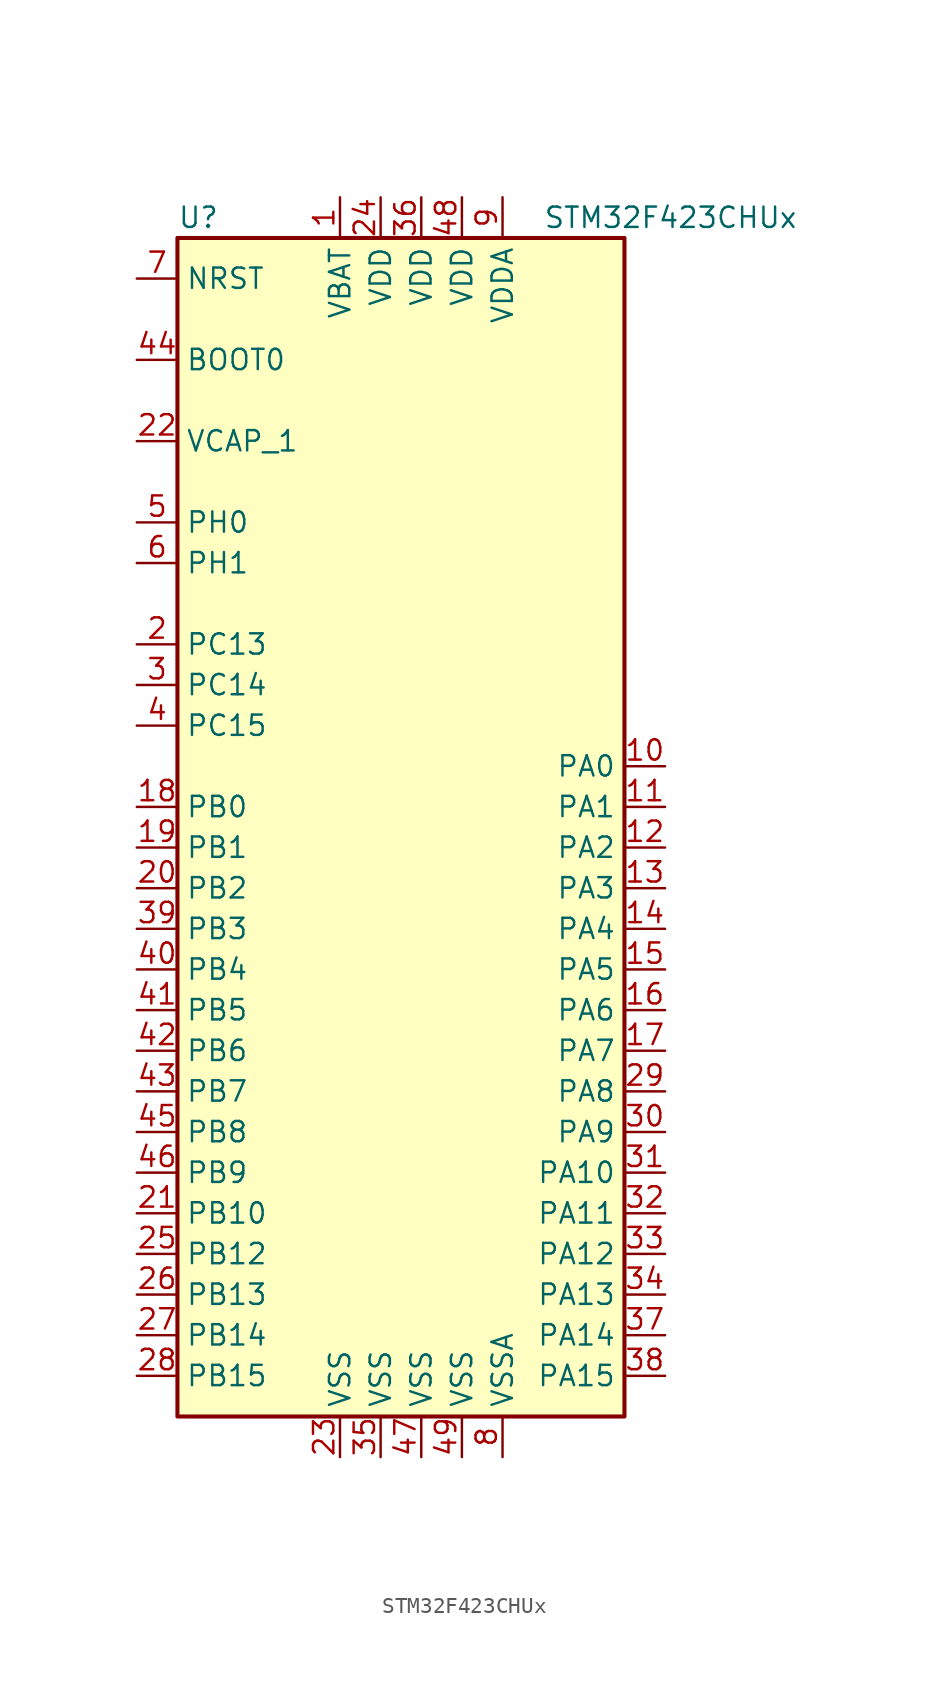
<source format=kicad_sym>
(kicad_symbol_lib
  (version 20211014)
  (generator kicad_symbol_editor)
  (symbol "STM32F423CHUx"
    (property "Reference" "U"
      (at -15.24 36.83 0)
      (effects (font (size 1.27 1.27)) (justify left)))
    (property "Value" "STM32F423CHUx"
      (at 7.62 36.83 0)
      (effects (font (size 1.27 1.27)) (justify left)))
    (symbol "STM32F423CHUx_0_1"
      (rectangle (start -15.24 -38.1) (end 12.7 35.56) (stroke (width 0.254) (type default) (color 0 0 0 0)) (fill (type background))))
    (symbol "STM32F423CHUx_1_1"
      (pin power_in line (at -5.08 38.1 270) (length 2.54) (name "VBAT" (effects (font (size 1.27 1.27)))) (number "1" (effects (font (size 1.27 1.27)))))
      (pin bidirectional line (at 15.24 2.54 180) (length 2.54) (name "PA0" (effects (font (size 1.27 1.27)))) (number "10" (effects (font (size 1.27 1.27)))))
      (pin bidirectional line (at 15.24 0 180) (length 2.54) (name "PA1" (effects (font (size 1.27 1.27)))) (number "11" (effects (font (size 1.27 1.27)))))
      (pin bidirectional line (at 15.24 -2.54 180) (length 2.54) (name "PA2" (effects (font (size 1.27 1.27)))) (number "12" (effects (font (size 1.27 1.27)))))
      (pin bidirectional line (at 15.24 -5.08 180) (length 2.54) (name "PA3" (effects (font (size 1.27 1.27)))) (number "13" (effects (font (size 1.27 1.27)))))
      (pin bidirectional line (at 15.24 -7.62 180) (length 2.54) (name "PA4" (effects (font (size 1.27 1.27)))) (number "14" (effects (font (size 1.27 1.27)))))
      (pin bidirectional line (at 15.24 -10.16 180) (length 2.54) (name "PA5" (effects (font (size 1.27 1.27)))) (number "15" (effects (font (size 1.27 1.27)))))
      (pin bidirectional line (at 15.24 -12.7 180) (length 2.54) (name "PA6" (effects (font (size 1.27 1.27)))) (number "16" (effects (font (size 1.27 1.27)))))
      (pin bidirectional line (at 15.24 -15.24 180) (length 2.54) (name "PA7" (effects (font (size 1.27 1.27)))) (number "17" (effects (font (size 1.27 1.27)))))
      (pin bidirectional line (at -17.78 0 0) (length 2.54) (name "PB0" (effects (font (size 1.27 1.27)))) (number "18" (effects (font (size 1.27 1.27)))))
      (pin bidirectional line (at -17.78 -2.54 0) (length 2.54) (name "PB1" (effects (font (size 1.27 1.27)))) (number "19" (effects (font (size 1.27 1.27)))))
      (pin bidirectional line (at -17.78 10.16 0) (length 2.54) (name "PC13" (effects (font (size 1.27 1.27)))) (number "2" (effects (font (size 1.27 1.27)))))
      (pin bidirectional line (at -17.78 -5.08 0) (length 2.54) (name "PB2" (effects (font (size 1.27 1.27)))) (number "20" (effects (font (size 1.27 1.27)))))
      (pin bidirectional line (at -17.78 -25.4 0) (length 2.54) (name "PB10" (effects (font (size 1.27 1.27)))) (number "21" (effects (font (size 1.27 1.27)))))
      (pin power_in line (at -17.78 22.86 0) (length 2.54) (name "VCAP_1" (effects (font (size 1.27 1.27)))) (number "22" (effects (font (size 1.27 1.27)))))
      (pin power_in line (at -5.08 -40.64 90) (length 2.54) (name "VSS" (effects (font (size 1.27 1.27)))) (number "23" (effects (font (size 1.27 1.27)))))
      (pin power_in line (at -2.54 38.1 270) (length 2.54) (name "VDD" (effects (font (size 1.27 1.27)))) (number "24" (effects (font (size 1.27 1.27)))))
      (pin bidirectional line (at -17.78 -27.94 0) (length 2.54) (name "PB12" (effects (font (size 1.27 1.27)))) (number "25" (effects (font (size 1.27 1.27)))))
      (pin bidirectional line (at -17.78 -30.48 0) (length 2.54) (name "PB13" (effects (font (size 1.27 1.27)))) (number "26" (effects (font (size 1.27 1.27)))))
      (pin bidirectional line (at -17.78 -33.02 0) (length 2.54) (name "PB14" (effects (font (size 1.27 1.27)))) (number "27" (effects (font (size 1.27 1.27)))))
      (pin bidirectional line (at -17.78 -35.56 0) (length 2.54) (name "PB15" (effects (font (size 1.27 1.27)))) (number "28" (effects (font (size 1.27 1.27)))))
      (pin bidirectional line (at 15.24 -17.78 180) (length 2.54) (name "PA8" (effects (font (size 1.27 1.27)))) (number "29" (effects (font (size 1.27 1.27)))))
      (pin bidirectional line (at -17.78 7.62 0) (length 2.54) (name "PC14" (effects (font (size 1.27 1.27)))) (number "3" (effects (font (size 1.27 1.27)))))
      (pin bidirectional line (at 15.24 -20.32 180) (length 2.54) (name "PA9" (effects (font (size 1.27 1.27)))) (number "30" (effects (font (size 1.27 1.27)))))
      (pin bidirectional line (at 15.24 -22.86 180) (length 2.54) (name "PA10" (effects (font (size 1.27 1.27)))) (number "31" (effects (font (size 1.27 1.27)))))
      (pin bidirectional line (at 15.24 -25.4 180) (length 2.54) (name "PA11" (effects (font (size 1.27 1.27)))) (number "32" (effects (font (size 1.27 1.27)))))
      (pin bidirectional line (at 15.24 -27.94 180) (length 2.54) (name "PA12" (effects (font (size 1.27 1.27)))) (number "33" (effects (font (size 1.27 1.27)))))
      (pin bidirectional line (at 15.24 -30.48 180) (length 2.54) (name "PA13" (effects (font (size 1.27 1.27)))) (number "34" (effects (font (size 1.27 1.27)))))
      (pin power_in line (at -2.54 -40.64 90) (length 2.54) (name "VSS" (effects (font (size 1.27 1.27)))) (number "35" (effects (font (size 1.27 1.27)))))
      (pin power_in line (at 0 38.1 270) (length 2.54) (name "VDD" (effects (font (size 1.27 1.27)))) (number "36" (effects (font (size 1.27 1.27)))))
      (pin bidirectional line (at 15.24 -33.02 180) (length 2.54) (name "PA14" (effects (font (size 1.27 1.27)))) (number "37" (effects (font (size 1.27 1.27)))))
      (pin bidirectional line (at 15.24 -35.56 180) (length 2.54) (name "PA15" (effects (font (size 1.27 1.27)))) (number "38" (effects (font (size 1.27 1.27)))))
      (pin bidirectional line (at -17.78 -7.62 0) (length 2.54) (name "PB3" (effects (font (size 1.27 1.27)))) (number "39" (effects (font (size 1.27 1.27)))))
      (pin bidirectional line (at -17.78 5.08 0) (length 2.54) (name "PC15" (effects (font (size 1.27 1.27)))) (number "4" (effects (font (size 1.27 1.27)))))
      (pin bidirectional line (at -17.78 -10.16 0) (length 2.54) (name "PB4" (effects (font (size 1.27 1.27)))) (number "40" (effects (font (size 1.27 1.27)))))
      (pin bidirectional line (at -17.78 -12.7 0) (length 2.54) (name "PB5" (effects (font (size 1.27 1.27)))) (number "41" (effects (font (size 1.27 1.27)))))
      (pin bidirectional line (at -17.78 -15.24 0) (length 2.54) (name "PB6" (effects (font (size 1.27 1.27)))) (number "42" (effects (font (size 1.27 1.27)))))
      (pin bidirectional line (at -17.78 -17.78 0) (length 2.54) (name "PB7" (effects (font (size 1.27 1.27)))) (number "43" (effects (font (size 1.27 1.27)))))
      (pin input line (at -17.78 27.94 0) (length 2.54) (name "BOOT0" (effects (font (size 1.27 1.27)))) (number "44" (effects (font (size 1.27 1.27)))))
      (pin bidirectional line (at -17.78 -20.32 0) (length 2.54) (name "PB8" (effects (font (size 1.27 1.27)))) (number "45" (effects (font (size 1.27 1.27)))))
      (pin bidirectional line (at -17.78 -22.86 0) (length 2.54) (name "PB9" (effects (font (size 1.27 1.27)))) (number "46" (effects (font (size 1.27 1.27)))))
      (pin power_in line (at 0 -40.64 90) (length 2.54) (name "VSS" (effects (font (size 1.27 1.27)))) (number "47" (effects (font (size 1.27 1.27)))))
      (pin power_in line (at 2.54 38.1 270) (length 2.54) (name "VDD" (effects (font (size 1.27 1.27)))) (number "48" (effects (font (size 1.27 1.27)))))
      (pin power_in line (at 2.54 -40.64 90) (length 2.54) (name "VSS" (effects (font (size 1.27 1.27)))) (number "49" (effects (font (size 1.27 1.27)))))
      (pin input line (at -17.78 17.78 0) (length 2.54) (name "PH0" (effects (font (size 1.27 1.27)))) (number "5" (effects (font (size 1.27 1.27)))))
      (pin input line (at -17.78 15.24 0) (length 2.54) (name "PH1" (effects (font (size 1.27 1.27)))) (number "6" (effects (font (size 1.27 1.27)))))
      (pin input line (at -17.78 33.02 0) (length 2.54) (name "NRST" (effects (font (size 1.27 1.27)))) (number "7" (effects (font (size 1.27 1.27)))))
      (pin power_in line (at 5.08 -40.64 90) (length 2.54) (name "VSSA" (effects (font (size 1.27 1.27)))) (number "8" (effects (font (size 1.27 1.27)))))
      (pin power_in line (at 5.08 38.1 270) (length 2.54) (name "VDDA" (effects (font (size 1.27 1.27)))) (number "9" (effects (font (size 1.27 1.27))))))))
</source>
